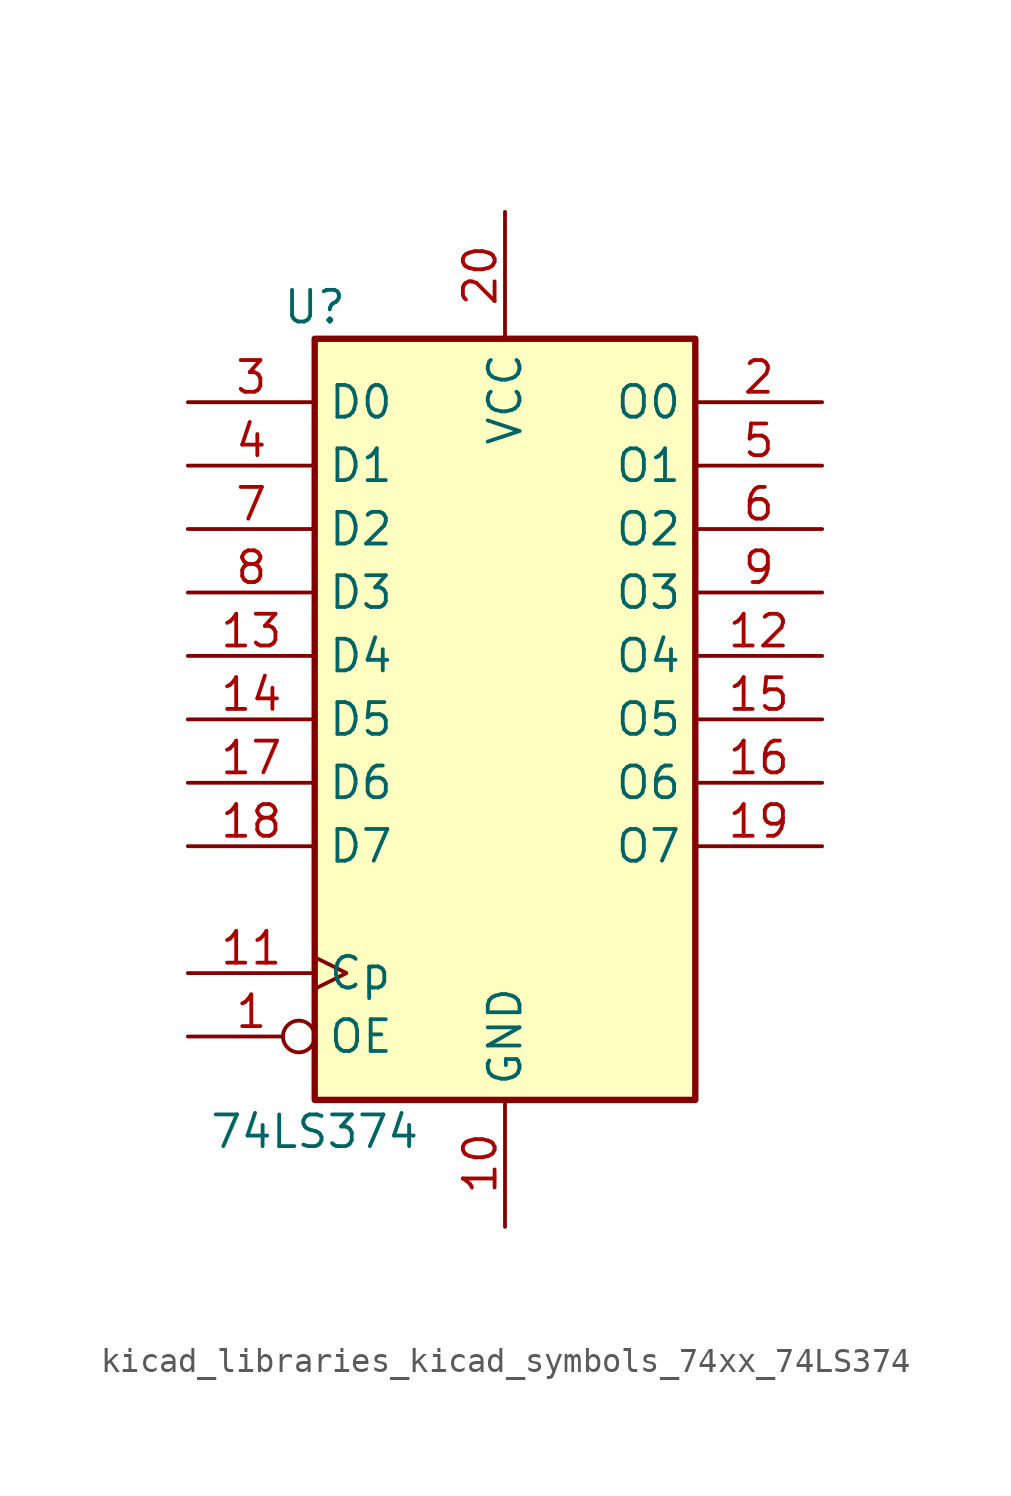
<source format=kicad_sym>
(kicad_symbol_lib
  (version 20220914)
  (generator kicad_symbol_editor)
  (symbol "kicad_libraries_kicad_symbols_74xx_74LS374"
    (property "Reference" "U"
      (at -7.62 16.51 0)
      (effects (font (size 1.27 1.27))))
    (property "Value" "74LS374"
      (at -7.62 -16.51 0)
      (effects (font (size 1.27 1.27))))
    (symbol "kicad_libraries_kicad_symbols_74xx_74LS374_1_0"
      (pin input inverted (at -12.7 -12.7 0) (length 5.08) (name "OE" (effects (font (size 1.27 1.27)))) (number "1" (effects (font (size 1.27 1.27)))))
      (pin power_in line (at 0 -20.32 90) (length 5.08) (name "GND" (effects (font (size 1.27 1.27)))) (number "10" (effects (font (size 1.27 1.27)))))
      (pin input clock (at -12.7 -10.16 0) (length 5.08) (name "Cp" (effects (font (size 1.27 1.27)))) (number "11" (effects (font (size 1.27 1.27)))))
      (pin tri_state line (at 12.7 2.54 180) (length 5.08) (name "O4" (effects (font (size 1.27 1.27)))) (number "12" (effects (font (size 1.27 1.27)))))
      (pin input line (at -12.7 2.54 0) (length 5.08) (name "D4" (effects (font (size 1.27 1.27)))) (number "13" (effects (font (size 1.27 1.27)))))
      (pin input line (at -12.7 0 0) (length 5.08) (name "D5" (effects (font (size 1.27 1.27)))) (number "14" (effects (font (size 1.27 1.27)))))
      (pin tri_state line (at 12.7 0 180) (length 5.08) (name "O5" (effects (font (size 1.27 1.27)))) (number "15" (effects (font (size 1.27 1.27)))))
      (pin tri_state line (at 12.7 -2.54 180) (length 5.08) (name "O6" (effects (font (size 1.27 1.27)))) (number "16" (effects (font (size 1.27 1.27)))))
      (pin input line (at -12.7 -2.54 0) (length 5.08) (name "D6" (effects (font (size 1.27 1.27)))) (number "17" (effects (font (size 1.27 1.27)))))
      (pin input line (at -12.7 -5.08 0) (length 5.08) (name "D7" (effects (font (size 1.27 1.27)))) (number "18" (effects (font (size 1.27 1.27)))))
      (pin tri_state line (at 12.7 -5.08 180) (length 5.08) (name "O7" (effects (font (size 1.27 1.27)))) (number "19" (effects (font (size 1.27 1.27)))))
      (pin tri_state line (at 12.7 12.7 180) (length 5.08) (name "O0" (effects (font (size 1.27 1.27)))) (number "2" (effects (font (size 1.27 1.27)))))
      (pin power_in line (at 0 20.32 270) (length 5.08) (name "VCC" (effects (font (size 1.27 1.27)))) (number "20" (effects (font (size 1.27 1.27)))))
      (pin input line (at -12.7 12.7 0) (length 5.08) (name "D0" (effects (font (size 1.27 1.27)))) (number "3" (effects (font (size 1.27 1.27)))))
      (pin input line (at -12.7 10.16 0) (length 5.08) (name "D1" (effects (font (size 1.27 1.27)))) (number "4" (effects (font (size 1.27 1.27)))))
      (pin tri_state line (at 12.7 10.16 180) (length 5.08) (name "O1" (effects (font (size 1.27 1.27)))) (number "5" (effects (font (size 1.27 1.27)))))
      (pin tri_state line (at 12.7 7.62 180) (length 5.08) (name "O2" (effects (font (size 1.27 1.27)))) (number "6" (effects (font (size 1.27 1.27)))))
      (pin input line (at -12.7 7.62 0) (length 5.08) (name "D2" (effects (font (size 1.27 1.27)))) (number "7" (effects (font (size 1.27 1.27)))))
      (pin input line (at -12.7 5.08 0) (length 5.08) (name "D3" (effects (font (size 1.27 1.27)))) (number "8" (effects (font (size 1.27 1.27)))))
      (pin tri_state line (at 12.7 5.08 180) (length 5.08) (name "O3" (effects (font (size 1.27 1.27)))) (number "9" (effects (font (size 1.27 1.27))))))
    (symbol "kicad_libraries_kicad_symbols_74xx_74LS374_1_1"
      (rectangle (start -7.62 15.24) (end 7.62 -15.24) (stroke (width 0.254) (type default)) (fill (type background))))))
</source>
